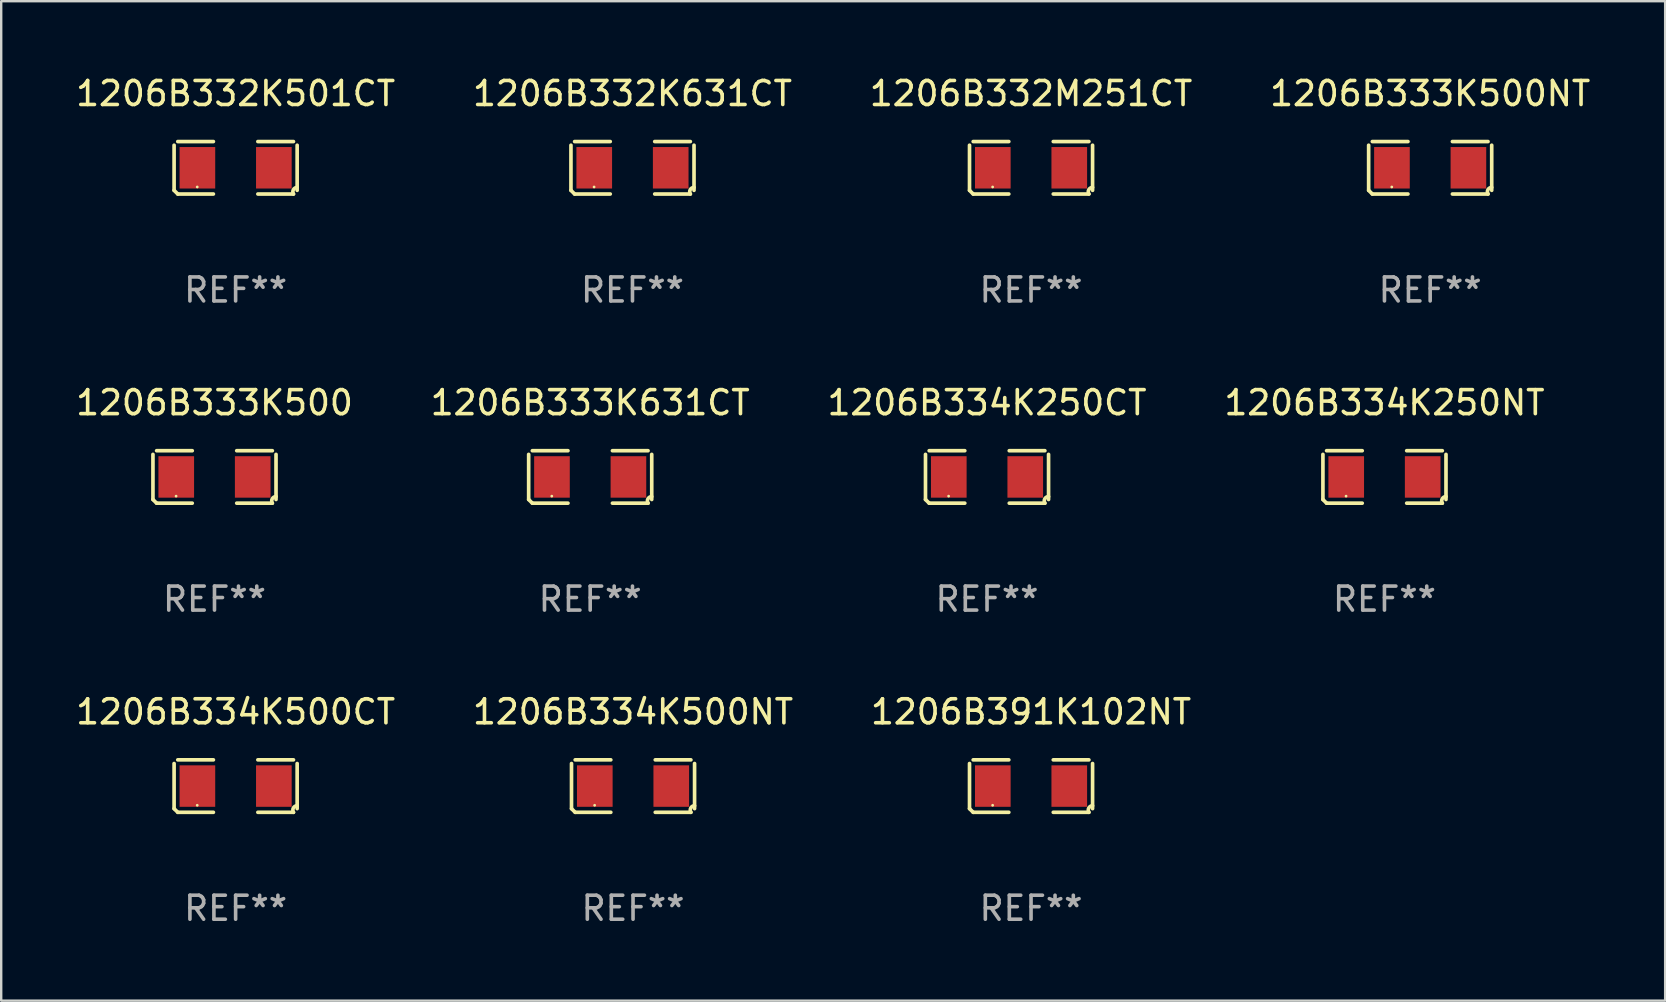
<source format=kicad_pcb>
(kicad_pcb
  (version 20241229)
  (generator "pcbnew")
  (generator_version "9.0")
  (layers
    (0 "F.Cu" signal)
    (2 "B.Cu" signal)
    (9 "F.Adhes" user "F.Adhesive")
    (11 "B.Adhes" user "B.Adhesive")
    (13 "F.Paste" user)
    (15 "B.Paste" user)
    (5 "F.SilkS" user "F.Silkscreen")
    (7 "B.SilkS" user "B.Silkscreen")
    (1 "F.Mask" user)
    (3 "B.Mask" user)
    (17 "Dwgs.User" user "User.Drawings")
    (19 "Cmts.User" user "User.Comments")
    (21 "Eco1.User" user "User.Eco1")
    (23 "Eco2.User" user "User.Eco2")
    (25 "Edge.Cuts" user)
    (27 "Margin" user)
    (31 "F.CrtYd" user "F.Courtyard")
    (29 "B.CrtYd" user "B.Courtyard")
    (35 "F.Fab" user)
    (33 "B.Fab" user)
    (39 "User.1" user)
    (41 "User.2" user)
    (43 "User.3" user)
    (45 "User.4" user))
  (footprint "1206B334K250NT"
    (layer "F.Cu")
    (at 54.637 16.823)
    (property "Reference" "1206B334K250NT" (at 0 -3.093 0) (layer "F.SilkS") (effects (font (size 1 1) (thickness 0.15))))
    (attr through_hole)
    (fp_line (start -2.564 0.94) (end -2.564 -0.94) (stroke (width 0.152) (type solid)) (layer "F.SilkS"))
    (fp_line (start -2.411 -1.093) (end -0.926 -1.093) (stroke (width 0.152) (type solid)) (layer "F.SilkS"))
    (fp_line (start -0.926 1.093) (end -2.411 1.093) (stroke (width 0.152) (type solid)) (layer "F.SilkS"))
    (fp_line (start 0.926 1.093) (end 2.411 1.093) (stroke (width 0.152) (type solid)) (layer "F.SilkS"))
    (fp_line (start 2.411 -1.093) (end 0.926 -1.093) (stroke (width 0.152) (type solid)) (layer "F.SilkS"))
    (fp_line (start 2.564 0.94) (end 2.564 -0.94) (stroke (width 0.152) (type solid)) (layer "F.SilkS"))
    (fp_arc (start -2.411201 1.092609) (mid -2.487413 1.01642) (end -2.563602 0.940208) (stroke (width 0.1524) (type solid)) (layer "F.SilkS"))
    (fp_arc (start 2.411201 1.092609) (mid 2.407159 0.911226) (end 2.563602 0.819347) (stroke (width 0.1524) (type solid)) (layer "F.SilkS"))
    (fp_circle (center -1.6 0.8) (end -1.57 0.8) (stroke (width 0.06) (type solid)) (fill no) (layer "F.SilkS"))
    (fp_text user "REF**" (at 0 5.093 0) (layer "F.Fab") (effects (font (size 1 1) (thickness 0.15))))
    (pad "1" smd rect (at -1.593 0) (size 1.485 1.728) (layers "F.Cu" "F.Mask" "F.Paste"))
    (pad "2" smd rect (at 1.593 0) (size 1.485 1.728) (layers "F.Cu" "F.Mask" "F.Paste")))
  (footprint "1206B334K250CT"
    (layer "F.Cu")
    (at 38.077 16.823)
    (property "Reference" "1206B334K250CT" (at 0 -3.093 0) (layer "F.SilkS") (effects (font (size 1 1) (thickness 0.15))))
    (attr through_hole)
    (fp_line (start -2.564 0.94) (end -2.564 -0.94) (stroke (width 0.152) (type solid)) (layer "F.SilkS"))
    (fp_line (start -2.411 -1.093) (end -0.926 -1.093) (stroke (width 0.152) (type solid)) (layer "F.SilkS"))
    (fp_line (start -0.926 1.093) (end -2.411 1.093) (stroke (width 0.152) (type solid)) (layer "F.SilkS"))
    (fp_line (start 0.926 1.093) (end 2.411 1.093) (stroke (width 0.152) (type solid)) (layer "F.SilkS"))
    (fp_line (start 2.411 -1.093) (end 0.926 -1.093) (stroke (width 0.152) (type solid)) (layer "F.SilkS"))
    (fp_line (start 2.564 0.94) (end 2.564 -0.94) (stroke (width 0.152) (type solid)) (layer "F.SilkS"))
    (fp_arc (start -2.411201 1.092609) (mid -2.487413 1.01642) (end -2.563602 0.940208) (stroke (width 0.1524) (type solid)) (layer "F.SilkS"))
    (fp_arc (start 2.411201 1.092609) (mid 2.407159 0.911226) (end 2.563602 0.819347) (stroke (width 0.1524) (type solid)) (layer "F.SilkS"))
    (fp_circle (center -1.6 0.8) (end -1.57 0.8) (stroke (width 0.06) (type solid)) (fill no) (layer "F.SilkS"))
    (fp_text user "REF**" (at 0 5.093 0) (layer "F.Fab") (effects (font (size 1 1) (thickness 0.15))))
    (pad "1" smd rect (at -1.593 0) (size 1.485 1.728) (layers "F.Cu" "F.Mask" "F.Paste"))
    (pad "2" smd rect (at 1.593 0) (size 1.485 1.728) (layers "F.Cu" "F.Mask" "F.Paste")))
  (footprint "1206B333K500NT"
    (layer "F.Cu")
    (at 56.542 3.941)
    (property "Reference" "1206B333K500NT" (at 0 -3.093 0) (layer "F.SilkS") (effects (font (size 1 1) (thickness 0.15))))
    (attr through_hole)
    (fp_line (start -2.564 0.94) (end -2.564 -0.94) (stroke (width 0.152) (type solid)) (layer "F.SilkS"))
    (fp_line (start -2.411 -1.093) (end -0.926 -1.093) (stroke (width 0.152) (type solid)) (layer "F.SilkS"))
    (fp_line (start -0.926 1.093) (end -2.411 1.093) (stroke (width 0.152) (type solid)) (layer "F.SilkS"))
    (fp_line (start 0.926 1.093) (end 2.411 1.093) (stroke (width 0.152) (type solid)) (layer "F.SilkS"))
    (fp_line (start 2.411 -1.093) (end 0.926 -1.093) (stroke (width 0.152) (type solid)) (layer "F.SilkS"))
    (fp_line (start 2.564 0.94) (end 2.564 -0.94) (stroke (width 0.152) (type solid)) (layer "F.SilkS"))
    (fp_arc (start -2.411201 1.092609) (mid -2.487413 1.01642) (end -2.563602 0.940208) (stroke (width 0.1524) (type solid)) (layer "F.SilkS"))
    (fp_arc (start 2.411201 1.092609) (mid 2.407159 0.911226) (end 2.563602 0.819347) (stroke (width 0.1524) (type solid)) (layer "F.SilkS"))
    (fp_circle (center -1.6 0.8) (end -1.57 0.8) (stroke (width 0.06) (type solid)) (fill no) (layer "F.SilkS"))
    (fp_text user "REF**" (at 0 5.093 0) (layer "F.Fab") (effects (font (size 1 1) (thickness 0.15))))
    (pad "1" smd rect (at -1.593 0) (size 1.485 1.728) (layers "F.Cu" "F.Mask" "F.Paste"))
    (pad "2" smd rect (at 1.593 0) (size 1.485 1.728) (layers "F.Cu" "F.Mask" "F.Paste")))
  (footprint "1206B333K500"
    (layer "F.Cu")
    (at 5.887 16.823)
    (property "Reference" "1206B333K500" (at 0 -3.093 0) (layer "F.SilkS") (effects (font (size 1 1) (thickness 0.15))))
    (attr through_hole)
    (fp_line (start -2.564 0.94) (end -2.564 -0.94) (stroke (width 0.152) (type solid)) (layer "F.SilkS"))
    (fp_line (start -2.411 -1.093) (end -0.926 -1.093) (stroke (width 0.152) (type solid)) (layer "F.SilkS"))
    (fp_line (start -0.926 1.093) (end -2.411 1.093) (stroke (width 0.152) (type solid)) (layer "F.SilkS"))
    (fp_line (start 0.926 1.093) (end 2.411 1.093) (stroke (width 0.152) (type solid)) (layer "F.SilkS"))
    (fp_line (start 2.411 -1.093) (end 0.926 -1.093) (stroke (width 0.152) (type solid)) (layer "F.SilkS"))
    (fp_line (start 2.564 0.94) (end 2.564 -0.94) (stroke (width 0.152) (type solid)) (layer "F.SilkS"))
    (fp_arc (start -2.411201 1.092609) (mid -2.487413 1.01642) (end -2.563602 0.940208) (stroke (width 0.1524) (type solid)) (layer "F.SilkS"))
    (fp_arc (start 2.411201 1.092609) (mid 2.407159 0.911226) (end 2.563602 0.819347) (stroke (width 0.1524) (type solid)) (layer "F.SilkS"))
    (fp_circle (center -1.6 0.8) (end -1.57 0.8) (stroke (width 0.06) (type solid)) (fill no) (layer "F.SilkS"))
    (fp_text user "REF**" (at 0 5.093 0) (layer "F.Fab") (effects (font (size 1 1) (thickness 0.15))))
    (pad "1" smd rect (at -1.593 0) (size 1.485 1.728) (layers "F.Cu" "F.Mask" "F.Paste"))
    (pad "2" smd rect (at 1.593 0) (size 1.485 1.728) (layers "F.Cu" "F.Mask" "F.Paste")))
  (footprint "1206B334K500NT"
    (layer "F.Cu")
    (at 23.327 29.704)
    (property "Reference" "1206B334K500NT" (at 0 -3.093 0) (layer "F.SilkS") (effects (font (size 1 1) (thickness 0.15))))
    (attr through_hole)
    (fp_line (start -2.564 0.94) (end -2.564 -0.94) (stroke (width 0.152) (type solid)) (layer "F.SilkS"))
    (fp_line (start -2.411 -1.093) (end -0.926 -1.093) (stroke (width 0.152) (type solid)) (layer "F.SilkS"))
    (fp_line (start -0.926 1.093) (end -2.411 1.093) (stroke (width 0.152) (type solid)) (layer "F.SilkS"))
    (fp_line (start 0.926 1.093) (end 2.411 1.093) (stroke (width 0.152) (type solid)) (layer "F.SilkS"))
    (fp_line (start 2.411 -1.093) (end 0.926 -1.093) (stroke (width 0.152) (type solid)) (layer "F.SilkS"))
    (fp_line (start 2.564 0.94) (end 2.564 -0.94) (stroke (width 0.152) (type solid)) (layer "F.SilkS"))
    (fp_arc (start -2.411201 1.092609) (mid -2.487413 1.01642) (end -2.563602 0.940208) (stroke (width 0.1524) (type solid)) (layer "F.SilkS"))
    (fp_arc (start 2.411201 1.092609) (mid 2.407159 0.911226) (end 2.563602 0.819347) (stroke (width 0.1524) (type solid)) (layer "F.SilkS"))
    (fp_circle (center -1.6 0.8) (end -1.57 0.8) (stroke (width 0.06) (type solid)) (fill no) (layer "F.SilkS"))
    (fp_text user "REF**" (at 0 5.093 0) (layer "F.Fab") (effects (font (size 1 1) (thickness 0.15))))
    (pad "1" smd rect (at -1.593 0) (size 1.485 1.728) (layers "F.Cu" "F.Mask" "F.Paste"))
    (pad "2" smd rect (at 1.593 0) (size 1.485 1.728) (layers "F.Cu" "F.Mask" "F.Paste")))
  (footprint "1206B391K102NT"
    (layer "F.Cu")
    (at 39.911 29.704)
    (property "Reference" "1206B391K102NT" (at 0 -3.093 0) (layer "F.SilkS") (effects (font (size 1 1) (thickness 0.15))))
    (attr through_hole)
    (fp_line (start -2.564 0.94) (end -2.564 -0.94) (stroke (width 0.152) (type solid)) (layer "F.SilkS"))
    (fp_line (start -2.411 -1.093) (end -0.926 -1.093) (stroke (width 0.152) (type solid)) (layer "F.SilkS"))
    (fp_line (start -0.926 1.093) (end -2.411 1.093) (stroke (width 0.152) (type solid)) (layer "F.SilkS"))
    (fp_line (start 0.926 1.093) (end 2.411 1.093) (stroke (width 0.152) (type solid)) (layer "F.SilkS"))
    (fp_line (start 2.411 -1.093) (end 0.926 -1.093) (stroke (width 0.152) (type solid)) (layer "F.SilkS"))
    (fp_line (start 2.564 0.94) (end 2.564 -0.94) (stroke (width 0.152) (type solid)) (layer "F.SilkS"))
    (fp_arc (start -2.411201 1.092609) (mid -2.487413 1.01642) (end -2.563602 0.940208) (stroke (width 0.1524) (type solid)) (layer "F.SilkS"))
    (fp_arc (start 2.411201 1.092609) (mid 2.407159 0.911226) (end 2.563602 0.819347) (stroke (width 0.1524) (type solid)) (layer "F.SilkS"))
    (fp_circle (center -1.6 0.8) (end -1.57 0.8) (stroke (width 0.06) (type solid)) (fill no) (layer "F.SilkS"))
    (fp_text user "REF**" (at 0 5.093 0) (layer "F.Fab") (effects (font (size 1 1) (thickness 0.15))))
    (pad "1" smd rect (at -1.593 0) (size 1.485 1.728) (layers "F.Cu" "F.Mask" "F.Paste"))
    (pad "2" smd rect (at 1.593 0) (size 1.485 1.728) (layers "F.Cu" "F.Mask" "F.Paste")))
  (footprint "1206B333K631CT"
    (layer "F.Cu")
    (at 21.542 16.823)
    (property "Reference" "1206B333K631CT" (at 0 -3.093 0) (layer "F.SilkS") (effects (font (size 1 1) (thickness 0.15))))
    (attr through_hole)
    (fp_line (start -2.564 0.94) (end -2.564 -0.94) (stroke (width 0.152) (type solid)) (layer "F.SilkS"))
    (fp_line (start -2.411 -1.093) (end -0.926 -1.093) (stroke (width 0.152) (type solid)) (layer "F.SilkS"))
    (fp_line (start -0.926 1.093) (end -2.411 1.093) (stroke (width 0.152) (type solid)) (layer "F.SilkS"))
    (fp_line (start 0.926 1.093) (end 2.411 1.093) (stroke (width 0.152) (type solid)) (layer "F.SilkS"))
    (fp_line (start 2.411 -1.093) (end 0.926 -1.093) (stroke (width 0.152) (type solid)) (layer "F.SilkS"))
    (fp_line (start 2.564 0.94) (end 2.564 -0.94) (stroke (width 0.152) (type solid)) (layer "F.SilkS"))
    (fp_arc (start -2.411201 1.092609) (mid -2.487413 1.01642) (end -2.563602 0.940208) (stroke (width 0.1524) (type solid)) (layer "F.SilkS"))
    (fp_arc (start 2.411201 1.092609) (mid 2.407159 0.911226) (end 2.563602 0.819347) (stroke (width 0.1524) (type solid)) (layer "F.SilkS"))
    (fp_circle (center -1.6 0.8) (end -1.57 0.8) (stroke (width 0.06) (type solid)) (fill no) (layer "F.SilkS"))
    (fp_text user "REF**" (at 0 5.093 0) (layer "F.Fab") (effects (font (size 1 1) (thickness 0.15))))
    (pad "1" smd rect (at -1.593 0) (size 1.485 1.728) (layers "F.Cu" "F.Mask" "F.Paste"))
    (pad "2" smd rect (at 1.593 0) (size 1.485 1.728) (layers "F.Cu" "F.Mask" "F.Paste")))
  (footprint "1206B332K631CT"
    (layer "F.Cu")
    (at 23.304 3.941)
    (property "Reference" "1206B332K631CT" (at 0 -3.093 0) (layer "F.SilkS") (effects (font (size 1 1) (thickness 0.15))))
    (attr through_hole)
    (fp_line (start -2.564 0.94) (end -2.564 -0.94) (stroke (width 0.152) (type solid)) (layer "F.SilkS"))
    (fp_line (start -2.411 -1.093) (end -0.926 -1.093) (stroke (width 0.152) (type solid)) (layer "F.SilkS"))
    (fp_line (start -0.926 1.093) (end -2.411 1.093) (stroke (width 0.152) (type solid)) (layer "F.SilkS"))
    (fp_line (start 0.926 1.093) (end 2.411 1.093) (stroke (width 0.152) (type solid)) (layer "F.SilkS"))
    (fp_line (start 2.411 -1.093) (end 0.926 -1.093) (stroke (width 0.152) (type solid)) (layer "F.SilkS"))
    (fp_line (start 2.564 0.94) (end 2.564 -0.94) (stroke (width 0.152) (type solid)) (layer "F.SilkS"))
    (fp_arc (start -2.411201 1.092609) (mid -2.487413 1.01642) (end -2.563602 0.940208) (stroke (width 0.1524) (type solid)) (layer "F.SilkS"))
    (fp_arc (start 2.411201 1.092609) (mid 2.407159 0.911226) (end 2.563602 0.819347) (stroke (width 0.1524) (type solid)) (layer "F.SilkS"))
    (fp_circle (center -1.6 0.8) (end -1.57 0.8) (stroke (width 0.06) (type solid)) (fill no) (layer "F.SilkS"))
    (fp_text user "REF**" (at 0 5.093 0) (layer "F.Fab") (effects (font (size 1 1) (thickness 0.15))))
    (pad "1" smd rect (at -1.593 0) (size 1.485 1.728) (layers "F.Cu" "F.Mask" "F.Paste"))
    (pad "2" smd rect (at 1.593 0) (size 1.485 1.728) (layers "F.Cu" "F.Mask" "F.Paste")))
  (footprint "1206B334K500CT"
    (layer "F.Cu")
    (at 6.768 29.704)
    (property "Reference" "1206B334K500CT" (at 0 -3.093 0) (layer "F.SilkS") (effects (font (size 1 1) (thickness 0.15))))
    (attr through_hole)
    (fp_line (start -2.564 0.94) (end -2.564 -0.94) (stroke (width 0.152) (type solid)) (layer "F.SilkS"))
    (fp_line (start -2.411 -1.093) (end -0.926 -1.093) (stroke (width 0.152) (type solid)) (layer "F.SilkS"))
    (fp_line (start -0.926 1.093) (end -2.411 1.093) (stroke (width 0.152) (type solid)) (layer "F.SilkS"))
    (fp_line (start 0.926 1.093) (end 2.411 1.093) (stroke (width 0.152) (type solid)) (layer "F.SilkS"))
    (fp_line (start 2.411 -1.093) (end 0.926 -1.093) (stroke (width 0.152) (type solid)) (layer "F.SilkS"))
    (fp_line (start 2.564 0.94) (end 2.564 -0.94) (stroke (width 0.152) (type solid)) (layer "F.SilkS"))
    (fp_arc (start -2.411201 1.092609) (mid -2.487413 1.01642) (end -2.563602 0.940208) (stroke (width 0.1524) (type solid)) (layer "F.SilkS"))
    (fp_arc (start 2.411201 1.092609) (mid 2.407159 0.911226) (end 2.563602 0.819347) (stroke (width 0.1524) (type solid)) (layer "F.SilkS"))
    (fp_circle (center -1.6 0.8) (end -1.57 0.8) (stroke (width 0.06) (type solid)) (fill no) (layer "F.SilkS"))
    (fp_text user "REF**" (at 0 5.093 0) (layer "F.Fab") (effects (font (size 1 1) (thickness 0.15))))
    (pad "1" smd rect (at -1.593 0) (size 1.485 1.728) (layers "F.Cu" "F.Mask" "F.Paste"))
    (pad "2" smd rect (at 1.593 0) (size 1.485 1.728) (layers "F.Cu" "F.Mask" "F.Paste")))
  (footprint "1206B332M251CT"
    (layer "F.Cu")
    (at 39.911 3.941)
    (property "Reference" "1206B332M251CT" (at 0 -3.093 0) (layer "F.SilkS") (effects (font (size 1 1) (thickness 0.15))))
    (attr through_hole)
    (fp_line (start -2.564 0.94) (end -2.564 -0.94) (stroke (width 0.152) (type solid)) (layer "F.SilkS"))
    (fp_line (start -2.411 -1.093) (end -0.926 -1.093) (stroke (width 0.152) (type solid)) (layer "F.SilkS"))
    (fp_line (start -0.926 1.093) (end -2.411 1.093) (stroke (width 0.152) (type solid)) (layer "F.SilkS"))
    (fp_line (start 0.926 1.093) (end 2.411 1.093) (stroke (width 0.152) (type solid)) (layer "F.SilkS"))
    (fp_line (start 2.411 -1.093) (end 0.926 -1.093) (stroke (width 0.152) (type solid)) (layer "F.SilkS"))
    (fp_line (start 2.564 0.94) (end 2.564 -0.94) (stroke (width 0.152) (type solid)) (layer "F.SilkS"))
    (fp_arc (start -2.411201 1.092609) (mid -2.487413 1.01642) (end -2.563602 0.940208) (stroke (width 0.1524) (type solid)) (layer "F.SilkS"))
    (fp_arc (start 2.411201 1.092609) (mid 2.407159 0.911226) (end 2.563602 0.819347) (stroke (width 0.1524) (type solid)) (layer "F.SilkS"))
    (fp_circle (center -1.6 0.8) (end -1.57 0.8) (stroke (width 0.06) (type solid)) (fill no) (layer "F.SilkS"))
    (fp_text user "REF**" (at 0 5.093 0) (layer "F.Fab") (effects (font (size 1 1) (thickness 0.15))))
    (pad "1" smd rect (at -1.593 0) (size 1.485 1.728) (layers "F.Cu" "F.Mask" "F.Paste"))
    (pad "2" smd rect (at 1.593 0) (size 1.485 1.728) (layers "F.Cu" "F.Mask" "F.Paste")))
  (footprint "1206B332K501CT"
    (layer "F.Cu")
    (at 6.768 3.941)
    (property "Reference" "1206B332K501CT" (at 0 -3.093 0) (layer "F.SilkS") (effects (font (size 1 1) (thickness 0.15))))
    (attr through_hole)
    (fp_line (start -2.564 0.94) (end -2.564 -0.94) (stroke (width 0.152) (type solid)) (layer "F.SilkS"))
    (fp_line (start -2.411 -1.093) (end -0.926 -1.093) (stroke (width 0.152) (type solid)) (layer "F.SilkS"))
    (fp_line (start -0.926 1.093) (end -2.411 1.093) (stroke (width 0.152) (type solid)) (layer "F.SilkS"))
    (fp_line (start 0.926 1.093) (end 2.411 1.093) (stroke (width 0.152) (type solid)) (layer "F.SilkS"))
    (fp_line (start 2.411 -1.093) (end 0.926 -1.093) (stroke (width 0.152) (type solid)) (layer "F.SilkS"))
    (fp_line (start 2.564 0.94) (end 2.564 -0.94) (stroke (width 0.152) (type solid)) (layer "F.SilkS"))
    (fp_arc (start -2.411201 1.092609) (mid -2.487413 1.01642) (end -2.563602 0.940208) (stroke (width 0.1524) (type solid)) (layer "F.SilkS"))
    (fp_arc (start 2.411201 1.092609) (mid 2.407159 0.911226) (end 2.563602 0.819347) (stroke (width 0.1524) (type solid)) (layer "F.SilkS"))
    (fp_circle (center -1.6 0.8) (end -1.57 0.8) (stroke (width 0.06) (type solid)) (fill no) (layer "F.SilkS"))
    (fp_text user "REF**" (at 0 5.093 0) (layer "F.Fab") (effects (font (size 1 1) (thickness 0.15))))
    (pad "1" smd rect (at -1.593 0) (size 1.485 1.728) (layers "F.Cu" "F.Mask" "F.Paste"))
    (pad "2" smd rect (at 1.593 0) (size 1.485 1.728) (layers "F.Cu" "F.Mask" "F.Paste")))
  (gr_rect
    (start -3 -3)
    (end 66.333 38.645)
    (stroke (width 0.1) (type default))
    (fill no)
    (layer "Edge.Cuts")))
</source>
